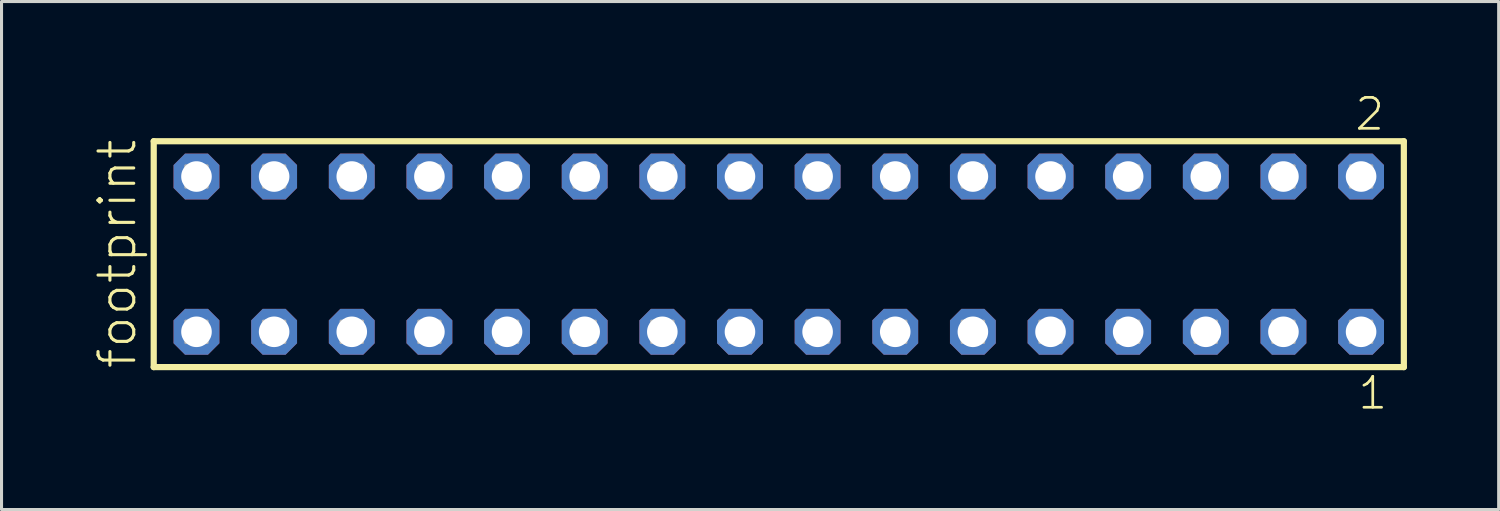
<source format=kicad_pcb>
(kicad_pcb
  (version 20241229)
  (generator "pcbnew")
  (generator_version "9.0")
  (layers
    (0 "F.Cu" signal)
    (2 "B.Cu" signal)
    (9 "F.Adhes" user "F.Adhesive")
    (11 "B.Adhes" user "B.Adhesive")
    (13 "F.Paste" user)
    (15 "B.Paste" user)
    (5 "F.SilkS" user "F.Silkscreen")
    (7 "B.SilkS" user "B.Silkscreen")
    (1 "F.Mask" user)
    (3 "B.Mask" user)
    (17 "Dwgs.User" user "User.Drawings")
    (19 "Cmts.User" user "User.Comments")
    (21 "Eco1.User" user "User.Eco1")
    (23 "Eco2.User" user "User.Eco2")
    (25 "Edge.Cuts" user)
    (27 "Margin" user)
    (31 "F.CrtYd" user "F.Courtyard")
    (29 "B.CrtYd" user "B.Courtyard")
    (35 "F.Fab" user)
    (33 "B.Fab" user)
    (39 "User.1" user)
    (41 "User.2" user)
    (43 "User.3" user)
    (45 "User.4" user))
  (footprint "footprint"
    (layer "F.Cu")
    (at 22.428 5.265)
    (property "Reference" "footprint" (at -20.955 3.81 90) (layer "F.SilkS") (effects (font (size 1.168 1.168) (thickness 0.102)) (justify left bottom)))
    (fp_line (start -20.449 -3.695) (end 20.449 -3.695) (stroke (width 0.203) (type solid)) (layer "F.SilkS"))
    (fp_line (start -20.449 3.695) (end -20.449 -3.695) (stroke (width 0.203) (type solid)) (layer "F.SilkS"))
    (fp_line (start 20.449 -3.695) (end 20.449 3.695) (stroke (width 0.203) (type solid)) (layer "F.SilkS"))
    (fp_line (start 20.449 3.695) (end -20.449 3.695) (stroke (width 0.203) (type solid)) (layer "F.SilkS"))
    (fp_poly (pts (xy -19.4 -2.19) (xy -18.7 -2.19) (xy -18.7 -2.89) (xy -19.4 -2.89)) (stroke (width 0.1) (type solid)) (fill no) (layer "F.Fab"))
    (fp_poly (pts (xy -19.4 2.89) (xy -18.7 2.89) (xy -18.7 2.19) (xy -19.4 2.19)) (stroke (width 0.1) (type solid)) (fill no) (layer "F.Fab"))
    (fp_poly (pts (xy -16.86 -2.19) (xy -16.16 -2.19) (xy -16.16 -2.89) (xy -16.86 -2.89)) (stroke (width 0.1) (type solid)) (fill no) (layer "F.Fab"))
    (fp_poly (pts (xy -16.86 2.89) (xy -16.16 2.89) (xy -16.16 2.19) (xy -16.86 2.19)) (stroke (width 0.1) (type solid)) (fill no) (layer "F.Fab"))
    (fp_poly (pts (xy -14.32 -2.19) (xy -13.62 -2.19) (xy -13.62 -2.89) (xy -14.32 -2.89)) (stroke (width 0.1) (type solid)) (fill no) (layer "F.Fab"))
    (fp_poly (pts (xy -14.32 2.89) (xy -13.62 2.89) (xy -13.62 2.19) (xy -14.32 2.19)) (stroke (width 0.1) (type solid)) (fill no) (layer "F.Fab"))
    (fp_poly (pts (xy -11.78 -2.19) (xy -11.08 -2.19) (xy -11.08 -2.89) (xy -11.78 -2.89)) (stroke (width 0.1) (type solid)) (fill no) (layer "F.Fab"))
    (fp_poly (pts (xy -11.78 2.89) (xy -11.08 2.89) (xy -11.08 2.19) (xy -11.78 2.19)) (stroke (width 0.1) (type solid)) (fill no) (layer "F.Fab"))
    (fp_poly (pts (xy -9.24 -2.19) (xy -8.54 -2.19) (xy -8.54 -2.89) (xy -9.24 -2.89)) (stroke (width 0.1) (type solid)) (fill no) (layer "F.Fab"))
    (fp_poly (pts (xy -9.24 2.89) (xy -8.54 2.89) (xy -8.54 2.19) (xy -9.24 2.19)) (stroke (width 0.1) (type solid)) (fill no) (layer "F.Fab"))
    (fp_poly (pts (xy -6.7 -2.19) (xy -6 -2.19) (xy -6 -2.89) (xy -6.7 -2.89)) (stroke (width 0.1) (type solid)) (fill no) (layer "F.Fab"))
    (fp_poly (pts (xy -6.7 2.89) (xy -6 2.89) (xy -6 2.19) (xy -6.7 2.19)) (stroke (width 0.1) (type solid)) (fill no) (layer "F.Fab"))
    (fp_poly (pts (xy -4.16 -2.19) (xy -3.46 -2.19) (xy -3.46 -2.89) (xy -4.16 -2.89)) (stroke (width 0.1) (type solid)) (fill no) (layer "F.Fab"))
    (fp_poly (pts (xy -4.16 2.89) (xy -3.46 2.89) (xy -3.46 2.19) (xy -4.16 2.19)) (stroke (width 0.1) (type solid)) (fill no) (layer "F.Fab"))
    (fp_poly (pts (xy -1.62 -2.19) (xy -0.92 -2.19) (xy -0.92 -2.89) (xy -1.62 -2.89)) (stroke (width 0.1) (type solid)) (fill no) (layer "F.Fab"))
    (fp_poly (pts (xy -1.62 2.89) (xy -0.92 2.89) (xy -0.92 2.19) (xy -1.62 2.19)) (stroke (width 0.1) (type solid)) (fill no) (layer "F.Fab"))
    (fp_poly (pts (xy 0.92 -2.19) (xy 1.62 -2.19) (xy 1.62 -2.89) (xy 0.92 -2.89)) (stroke (width 0.1) (type solid)) (fill no) (layer "F.Fab"))
    (fp_poly (pts (xy 0.92 2.89) (xy 1.62 2.89) (xy 1.62 2.19) (xy 0.92 2.19)) (stroke (width 0.1) (type solid)) (fill no) (layer "F.Fab"))
    (fp_poly (pts (xy 3.46 -2.19) (xy 4.16 -2.19) (xy 4.16 -2.89) (xy 3.46 -2.89)) (stroke (width 0.1) (type solid)) (fill no) (layer "F.Fab"))
    (fp_poly (pts (xy 3.46 2.89) (xy 4.16 2.89) (xy 4.16 2.19) (xy 3.46 2.19)) (stroke (width 0.1) (type solid)) (fill no) (layer "F.Fab"))
    (fp_poly (pts (xy 6 -2.19) (xy 6.7 -2.19) (xy 6.7 -2.89) (xy 6 -2.89)) (stroke (width 0.1) (type solid)) (fill no) (layer "F.Fab"))
    (fp_poly (pts (xy 6 2.89) (xy 6.7 2.89) (xy 6.7 2.19) (xy 6 2.19)) (stroke (width 0.1) (type solid)) (fill no) (layer "F.Fab"))
    (fp_poly (pts (xy 8.54 -2.19) (xy 9.24 -2.19) (xy 9.24 -2.89) (xy 8.54 -2.89)) (stroke (width 0.1) (type solid)) (fill no) (layer "F.Fab"))
    (fp_poly (pts (xy 8.54 2.89) (xy 9.24 2.89) (xy 9.24 2.19) (xy 8.54 2.19)) (stroke (width 0.1) (type solid)) (fill no) (layer "F.Fab"))
    (fp_poly (pts (xy 11.08 -2.19) (xy 11.78 -2.19) (xy 11.78 -2.89) (xy 11.08 -2.89)) (stroke (width 0.1) (type solid)) (fill no) (layer "F.Fab"))
    (fp_poly (pts (xy 11.08 2.89) (xy 11.78 2.89) (xy 11.78 2.19) (xy 11.08 2.19)) (stroke (width 0.1) (type solid)) (fill no) (layer "F.Fab"))
    (fp_poly (pts (xy 13.62 -2.19) (xy 14.32 -2.19) (xy 14.32 -2.89) (xy 13.62 -2.89)) (stroke (width 0.1) (type solid)) (fill no) (layer "F.Fab"))
    (fp_poly (pts (xy 13.62 2.89) (xy 14.32 2.89) (xy 14.32 2.19) (xy 13.62 2.19)) (stroke (width 0.1) (type solid)) (fill no) (layer "F.Fab"))
    (fp_poly (pts (xy 16.16 -2.19) (xy 16.86 -2.19) (xy 16.86 -2.89) (xy 16.16 -2.89)) (stroke (width 0.1) (type solid)) (fill no) (layer "F.Fab"))
    (fp_poly (pts (xy 16.16 2.89) (xy 16.86 2.89) (xy 16.86 2.19) (xy 16.16 2.19)) (stroke (width 0.1) (type solid)) (fill no) (layer "F.Fab"))
    (fp_poly (pts (xy 18.7 -2.19) (xy 19.4 -2.19) (xy 19.4 -2.89) (xy 18.7 -2.89)) (stroke (width 0.1) (type solid)) (fill no) (layer "F.Fab"))
    (fp_poly (pts (xy 18.7 2.89) (xy 19.4 2.89) (xy 19.4 2.19) (xy 18.7 2.19)) (stroke (width 0.1) (type solid)) (fill no) (layer "F.Fab"))
    (fp_text user "1" (at 18.892 5.138 0) (layer "F.SilkS") (effects (font (size 1.012 1.012) (thickness 0.088)) (justify left bottom)))
    (fp_text user "2" (at 18.792 -3.989 0) (layer "F.SilkS") (effects (font (size 1.012 1.012) (thickness 0.088)) (justify left bottom)))
    (pad "1" thru_hole roundrect (at 19.05 2.54 180) (size 1.5 1.5) (drill 1) (layers "*.Cu" "*.Mask") (roundrect_rratio 0.25) (chamfer_ratio 0.25) (chamfer top_left top_right bottom_left bottom_right))
    (pad "2" thru_hole roundrect (at 19.05 -2.54 180) (size 1.5 1.5) (drill 1) (layers "*.Cu" "*.Mask") (roundrect_rratio 0.25) (chamfer_ratio 0.25) (chamfer top_left top_right bottom_left bottom_right))
    (pad "3" thru_hole roundrect (at 16.51 2.54 180) (size 1.5 1.5) (drill 1) (layers "*.Cu" "*.Mask") (roundrect_rratio 0.25) (chamfer_ratio 0.25) (chamfer top_left top_right bottom_left bottom_right))
    (pad "4" thru_hole roundrect (at 16.51 -2.54 180) (size 1.5 1.5) (drill 1) (layers "*.Cu" "*.Mask") (roundrect_rratio 0.25) (chamfer_ratio 0.25) (chamfer top_left top_right bottom_left bottom_right))
    (pad "5" thru_hole roundrect (at 13.97 2.54 180) (size 1.5 1.5) (drill 1) (layers "*.Cu" "*.Mask") (roundrect_rratio 0.25) (chamfer_ratio 0.25) (chamfer top_left top_right bottom_left bottom_right))
    (pad "6" thru_hole roundrect (at 13.97 -2.54 180) (size 1.5 1.5) (drill 1) (layers "*.Cu" "*.Mask") (roundrect_rratio 0.25) (chamfer_ratio 0.25) (chamfer top_left top_right bottom_left bottom_right))
    (pad "7" thru_hole roundrect (at 11.43 2.54 180) (size 1.5 1.5) (drill 1) (layers "*.Cu" "*.Mask") (roundrect_rratio 0.25) (chamfer_ratio 0.25) (chamfer top_left top_right bottom_left bottom_right))
    (pad "8" thru_hole roundrect (at 11.43 -2.54 180) (size 1.5 1.5) (drill 1) (layers "*.Cu" "*.Mask") (roundrect_rratio 0.25) (chamfer_ratio 0.25) (chamfer top_left top_right bottom_left bottom_right))
    (pad "9" thru_hole roundrect (at 8.89 2.54 180) (size 1.5 1.5) (drill 1) (layers "*.Cu" "*.Mask") (roundrect_rratio 0.25) (chamfer_ratio 0.25) (chamfer top_left top_right bottom_left bottom_right))
    (pad "10" thru_hole roundrect (at 8.89 -2.54 180) (size 1.5 1.5) (drill 1) (layers "*.Cu" "*.Mask") (roundrect_rratio 0.25) (chamfer_ratio 0.25) (chamfer top_left top_right bottom_left bottom_right))
    (pad "11" thru_hole roundrect (at 6.35 2.54 180) (size 1.5 1.5) (drill 1) (layers "*.Cu" "*.Mask") (roundrect_rratio 0.25) (chamfer_ratio 0.25) (chamfer top_left top_right bottom_left bottom_right))
    (pad "12" thru_hole roundrect (at 6.35 -2.54 180) (size 1.5 1.5) (drill 1) (layers "*.Cu" "*.Mask") (roundrect_rratio 0.25) (chamfer_ratio 0.25) (chamfer top_left top_right bottom_left bottom_right))
    (pad "13" thru_hole roundrect (at 3.81 2.54 180) (size 1.5 1.5) (drill 1) (layers "*.Cu" "*.Mask") (roundrect_rratio 0.25) (chamfer_ratio 0.25) (chamfer top_left top_right bottom_left bottom_right))
    (pad "14" thru_hole roundrect (at 3.81 -2.54 180) (size 1.5 1.5) (drill 1) (layers "*.Cu" "*.Mask") (roundrect_rratio 0.25) (chamfer_ratio 0.25) (chamfer top_left top_right bottom_left bottom_right))
    (pad "15" thru_hole roundrect (at 1.27 2.54 180) (size 1.5 1.5) (drill 1) (layers "*.Cu" "*.Mask") (roundrect_rratio 0.25) (chamfer_ratio 0.25) (chamfer top_left top_right bottom_left bottom_right))
    (pad "16" thru_hole roundrect (at 1.27 -2.54 180) (size 1.5 1.5) (drill 1) (layers "*.Cu" "*.Mask") (roundrect_rratio 0.25) (chamfer_ratio 0.25) (chamfer top_left top_right bottom_left bottom_right))
    (pad "17" thru_hole roundrect (at -1.27 2.54 180) (size 1.5 1.5) (drill 1) (layers "*.Cu" "*.Mask") (roundrect_rratio 0.25) (chamfer_ratio 0.25) (chamfer top_left top_right bottom_left bottom_right))
    (pad "18" thru_hole roundrect (at -1.27 -2.54 180) (size 1.5 1.5) (drill 1) (layers "*.Cu" "*.Mask") (roundrect_rratio 0.25) (chamfer_ratio 0.25) (chamfer top_left top_right bottom_left bottom_right))
    (pad "19" thru_hole roundrect (at -3.81 2.54 180) (size 1.5 1.5) (drill 1) (layers "*.Cu" "*.Mask") (roundrect_rratio 0.25) (chamfer_ratio 0.25) (chamfer top_left top_right bottom_left bottom_right))
    (pad "20" thru_hole roundrect (at -3.81 -2.54 180) (size 1.5 1.5) (drill 1) (layers "*.Cu" "*.Mask") (roundrect_rratio 0.25) (chamfer_ratio 0.25) (chamfer top_left top_right bottom_left bottom_right))
    (pad "21" thru_hole roundrect (at -6.35 2.54 180) (size 1.5 1.5) (drill 1) (layers "*.Cu" "*.Mask") (roundrect_rratio 0.25) (chamfer_ratio 0.25) (chamfer top_left top_right bottom_left bottom_right))
    (pad "22" thru_hole roundrect (at -6.35 -2.54 180) (size 1.5 1.5) (drill 1) (layers "*.Cu" "*.Mask") (roundrect_rratio 0.25) (chamfer_ratio 0.25) (chamfer top_left top_right bottom_left bottom_right))
    (pad "23" thru_hole roundrect (at -8.89 2.54 180) (size 1.5 1.5) (drill 1) (layers "*.Cu" "*.Mask") (roundrect_rratio 0.25) (chamfer_ratio 0.25) (chamfer top_left top_right bottom_left bottom_right))
    (pad "24" thru_hole roundrect (at -8.89 -2.54 180) (size 1.5 1.5) (drill 1) (layers "*.Cu" "*.Mask") (roundrect_rratio 0.25) (chamfer_ratio 0.25) (chamfer top_left top_right bottom_left bottom_right))
    (pad "25" thru_hole roundrect (at -11.43 2.54 180) (size 1.5 1.5) (drill 1) (layers "*.Cu" "*.Mask") (roundrect_rratio 0.25) (chamfer_ratio 0.25) (chamfer top_left top_right bottom_left bottom_right))
    (pad "26" thru_hole roundrect (at -11.43 -2.54 180) (size 1.5 1.5) (drill 1) (layers "*.Cu" "*.Mask") (roundrect_rratio 0.25) (chamfer_ratio 0.25) (chamfer top_left top_right bottom_left bottom_right))
    (pad "27" thru_hole roundrect (at -13.97 2.54 180) (size 1.5 1.5) (drill 1) (layers "*.Cu" "*.Mask") (roundrect_rratio 0.25) (chamfer_ratio 0.25) (chamfer top_left top_right bottom_left bottom_right))
    (pad "28" thru_hole roundrect (at -13.97 -2.54 180) (size 1.5 1.5) (drill 1) (layers "*.Cu" "*.Mask") (roundrect_rratio 0.25) (chamfer_ratio 0.25) (chamfer top_left top_right bottom_left bottom_right))
    (pad "29" thru_hole roundrect (at -16.51 2.54 180) (size 1.5 1.5) (drill 1) (layers "*.Cu" "*.Mask") (roundrect_rratio 0.25) (chamfer_ratio 0.25) (chamfer top_left top_right bottom_left bottom_right))
    (pad "30" thru_hole roundrect (at -16.51 -2.54 180) (size 1.5 1.5) (drill 1) (layers "*.Cu" "*.Mask") (roundrect_rratio 0.25) (chamfer_ratio 0.25) (chamfer top_left top_right bottom_left bottom_right))
    (pad "31" thru_hole roundrect (at -19.05 2.54 180) (size 1.5 1.5) (drill 1) (layers "*.Cu" "*.Mask") (roundrect_rratio 0.25) (chamfer_ratio 0.25) (chamfer top_left top_right bottom_left bottom_right))
    (pad "32" thru_hole roundrect (at -19.05 -2.54 180) (size 1.5 1.5) (drill 1) (layers "*.Cu" "*.Mask") (roundrect_rratio 0.25) (chamfer_ratio 0.25) (chamfer top_left top_right bottom_left bottom_right)))
  (gr_rect
    (start -3 -3)
    (end 45.979 13.62)
    (stroke (width 0.1) (type default))
    (fill no)
    (layer "Edge.Cuts")))
</source>
